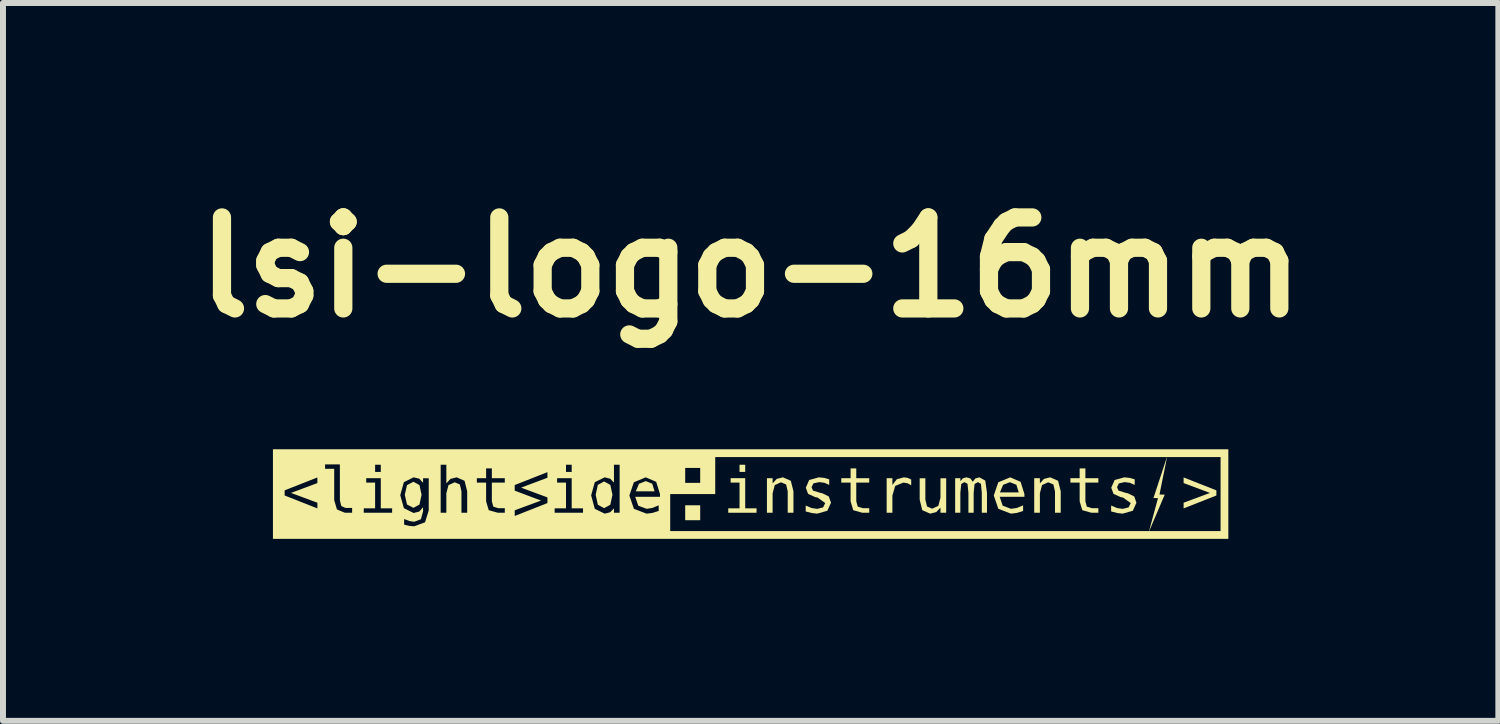
<source format=kicad_pcb>
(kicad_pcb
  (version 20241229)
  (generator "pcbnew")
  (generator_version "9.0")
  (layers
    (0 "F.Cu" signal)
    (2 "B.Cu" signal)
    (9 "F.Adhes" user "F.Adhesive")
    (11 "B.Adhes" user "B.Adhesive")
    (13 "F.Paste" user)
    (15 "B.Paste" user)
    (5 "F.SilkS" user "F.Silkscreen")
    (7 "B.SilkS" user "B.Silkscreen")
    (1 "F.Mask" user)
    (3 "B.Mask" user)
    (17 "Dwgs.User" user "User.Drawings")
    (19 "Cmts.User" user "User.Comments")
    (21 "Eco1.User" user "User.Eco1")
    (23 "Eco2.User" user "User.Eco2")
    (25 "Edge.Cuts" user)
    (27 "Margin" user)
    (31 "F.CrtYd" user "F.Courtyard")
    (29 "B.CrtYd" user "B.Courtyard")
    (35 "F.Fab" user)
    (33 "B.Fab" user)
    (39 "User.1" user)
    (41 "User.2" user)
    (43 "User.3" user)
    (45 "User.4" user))
  (footprint "lsi-logo-16mm"
    (layer "F.Cu")
    (at 9.521 5.772)
    (property "Reference" "lsi-logo-16mm" (at 0 -4.346 0) (layer "F.SilkS") (effects (font (size 1.524 1.524) (thickness 0.305))))
    (attr exclude_from_pos_files exclude_from_bom)
    (fp_poly (pts (xy -1.096 -0.36) (xy -1.096 -0.11) (xy -0.845 -0.11) (xy -0.845 -0.36) (xy -1.096 -0.36)) (stroke (width 0) (type solid)) (fill yes) (layer "F.SilkS"))
    (fp_poly (pts (xy -0.186 -1.039) (xy -0.186 -0.919) (xy -0.091 -0.919) (xy -0.091 -1.039) (xy -0.186 -1.039)) (stroke (width 0) (type solid)) (fill yes) (layer "F.SilkS"))
    (fp_poly (pts (xy -1.756 -0.765) (xy -1.87 -0.72) (xy -1.923 -0.594) (xy -1.609 -0.594) (xy -1.648 -0.721) (xy -1.756 -0.765) (xy -1.756 -0.765)) (stroke (width 0) (type solid)) (fill yes) (layer "F.SilkS"))
    (fp_poly (pts (xy 7.251 -0.826) (xy 7.251 -0.732) (xy 7.692 -0.567) (xy 7.251 -0.403) (xy 7.251 -0.308) (xy 7.8 -0.524) (xy 7.8 -0.61) (xy 7.251 -0.826)) (stroke (width 0) (type solid)) (fill yes) (layer "F.SilkS"))
    (fp_poly (pts (xy -5.648 -0.754) (xy -5.755 -0.698) (xy -5.792 -0.536) (xy -5.755 -0.373) (xy -5.647 -0.317) (xy -5.546 -0.373) (xy -5.511 -0.536) (xy -5.546 -0.698) (xy -5.648 -0.754)) (stroke (width 0) (type solid)) (fill yes) (layer "F.SilkS"))
    (fp_poly (pts (xy -2.455 -0.759) (xy -2.559 -0.702) (xy -2.595 -0.535) (xy -2.559 -0.369) (xy -2.455 -0.312) (xy -2.35 -0.369) (xy -2.314 -0.535) (xy -2.35 -0.702) (xy -2.455 -0.759)) (stroke (width 0) (type solid)) (fill yes) (layer "F.SilkS"))
    (fp_poly (pts (xy -0.335 -0.814) (xy -0.335 -0.74) (xy -0.186 -0.74) (xy -0.186 -0.309) (xy -0.375 -0.309) (xy -0.375 -0.235) (xy 0.099 -0.235) (xy 0.099 -0.309) (xy -0.091 -0.309) (xy -0.091 -0.814) (xy -0.335 -0.814)) (stroke (width 0) (type solid)) (fill yes) (layer "F.SilkS"))
    (fp_poly (pts (xy 2.565 -0.828) (xy 2.447 -0.795) (xy 2.374 -0.701) (xy 2.374 -0.814) (xy 2.278 -0.814) (xy 2.278 -0.235) (xy 2.374 -0.235) (xy 2.374 -0.523) (xy 2.421 -0.684) (xy 2.557 -0.74) (xy 2.627 -0.729) (xy 2.689 -0.695) (xy 2.689 -0.792) (xy 2.631 -0.819) (xy 2.565 -0.828)) (stroke (width 0) (type solid)) (fill yes) (layer "F.SilkS"))
    (fp_poly (pts (xy 0.541 -0.828) (xy 0.437 -0.802) (xy 0.368 -0.727) (xy 0.368 -0.814) (xy 0.273 -0.814) (xy 0.273 -0.235) (xy 0.368 -0.235) (xy 0.368 -0.562) (xy 0.404 -0.698) (xy 0.507 -0.745) (xy 0.594 -0.709) (xy 0.621 -0.594) (xy 0.621 -0.235) (xy 0.717 -0.235) (xy 0.717 -0.594) (xy 0.673 -0.77) (xy 0.541 -0.828)) (stroke (width 0) (type solid)) (fill yes) (layer "F.SilkS"))
    (fp_poly (pts (xy 2.831 -0.813) (xy 2.831 -0.454) (xy 2.874 -0.278) (xy 3.007 -0.22) (xy 3.109 -0.246) (xy 3.179 -0.322) (xy 3.179 -0.235) (xy 3.275 -0.235) (xy 3.275 -0.813) (xy 3.179 -0.813) (xy 3.179 -0.486) (xy 3.143 -0.35) (xy 3.04 -0.303) (xy 2.954 -0.34) (xy 2.926 -0.454) (xy 2.926 -0.813) (xy 2.831 -0.813)) (stroke (width 0) (type solid)) (fill yes) (layer "F.SilkS"))
    (fp_poly (pts (xy 5.017 -0.828) (xy 4.913 -0.802) (xy 4.844 -0.727) (xy 4.844 -0.814) (xy 4.749 -0.814) (xy 4.749 -0.235) (xy 4.844 -0.235) (xy 4.844 -0.562) (xy 4.88 -0.698) (xy 4.983 -0.745) (xy 5.07 -0.709) (xy 5.097 -0.594) (xy 5.097 -0.235) (xy 5.193 -0.235) (xy 5.193 -0.594) (xy 5.149 -0.77) (xy 5.017 -0.828)) (stroke (width 0) (type solid)) (fill yes) (layer "F.SilkS"))
    (fp_poly (pts (xy 1.674 -0.978) (xy 1.674 -0.814) (xy 1.518 -0.814) (xy 1.518 -0.74) (xy 1.674 -0.74) (xy 1.674 -0.426) (xy 1.718 -0.278) (xy 1.869 -0.235) (xy 1.986 -0.235) (xy 1.986 -0.311) (xy 1.879 -0.311) (xy 1.794 -0.337) (xy 1.769 -0.426) (xy 1.769 -0.74) (xy 1.986 -0.74) (xy 1.986 -0.814) (xy 1.769 -0.814) (xy 1.769 -0.978) (xy 1.674 -0.978)) (stroke (width 0) (type solid)) (fill yes) (layer "F.SilkS"))
    (fp_poly (pts (xy 5.51 -0.978) (xy 5.51 -0.814) (xy 5.355 -0.814) (xy 5.355 -0.74) (xy 5.51 -0.74) (xy 5.51 -0.426) (xy 5.554 -0.278) (xy 5.706 -0.235) (xy 5.823 -0.235) (xy 5.823 -0.311) (xy 5.715 -0.311) (xy 5.63 -0.337) (xy 5.606 -0.426) (xy 5.606 -0.74) (xy 5.823 -0.74) (xy 5.823 -0.814) (xy 5.606 -0.814) (xy 5.606 -0.978) (xy 5.51 -0.978)) (stroke (width 0) (type solid)) (fill yes) (layer "F.SilkS"))
    (fp_poly (pts (xy 4.346 -0.828) (xy 4.342 -0.747) (xy 4.45 -0.704) (xy 4.49 -0.576) (xy 4.175 -0.576) (xy 4.228 -0.702) (xy 4.342 -0.747) (xy 4.342 -0.747) (xy 4.346 -0.828) (xy 4.147 -0.745) (xy 4.072 -0.524) (xy 4.148 -0.301) (xy 4.36 -0.22) (xy 4.458 -0.232) (xy 4.563 -0.265) (xy 4.563 -0.359) (xy 4.457 -0.315) (xy 4.361 -0.301) (xy 4.221 -0.353) (xy 4.172 -0.499) (xy 4.172 -0.502) (xy 4.585 -0.502) (xy 4.585 -0.548) (xy 4.521 -0.753) (xy 4.346 -0.828) (xy 4.346 -0.828)) (stroke (width 0) (type solid)) (fill yes) (layer "F.SilkS"))
    (fp_poly (pts (xy 3.613 -0.828) (xy 3.555 -0.812) (xy 3.512 -0.764) (xy 3.512 -0.814) (xy 3.425 -0.814) (xy 3.425 -0.235) (xy 3.512 -0.235) (xy 3.512 -0.567) (xy 3.527 -0.716) (xy 3.579 -0.748) (xy 3.632 -0.72) (xy 3.647 -0.567) (xy 3.647 -0.235) (xy 3.735 -0.235) (xy 3.735 -0.567) (xy 3.75 -0.716) (xy 3.807 -0.748) (xy 3.857 -0.719) (xy 3.871 -0.567) (xy 3.871 -0.235) (xy 3.958 -0.235) (xy 3.958 -0.571) (xy 3.929 -0.774) (xy 3.83 -0.828) (xy 3.764 -0.81) (xy 3.72 -0.755) (xy 3.679 -0.81) (xy 3.613 -0.828)) (stroke (width 0) (type solid)) (fill yes) (layer "F.SilkS"))
    (fp_poly (pts (xy 1.142 -0.828) (xy 0.98 -0.783) (xy 0.924 -0.654) (xy 0.962 -0.551) (xy 1.082 -0.497) (xy 1.118 -0.49) (xy 1.122 -0.489) (xy 1.249 -0.397) (xy 1.214 -0.325) (xy 1.116 -0.3) (xy 1.024 -0.313) (xy 0.922 -0.355) (xy 0.922 -0.257) (xy 1.024 -0.23) (xy 1.114 -0.22) (xy 1.284 -0.268) (xy 1.346 -0.403) (xy 1.309 -0.508) (xy 1.201 -0.561) (xy 1.163 -0.569) (xy 1.044 -0.606) (xy 1.02 -0.664) (xy 1.052 -0.727) (xy 1.149 -0.748) (xy 1.234 -0.737) (xy 1.316 -0.701) (xy 1.316 -0.794) (xy 1.231 -0.819) (xy 1.142 -0.828) (xy 1.142 -0.828)) (stroke (width 0) (type solid)) (fill yes) (layer "F.SilkS"))
    (fp_poly (pts (xy 6.257 -0.828) (xy 6.096 -0.783) (xy 6.039 -0.654) (xy 6.077 -0.551) (xy 6.197 -0.497) (xy 6.233 -0.49) (xy 6.237 -0.489) (xy 6.365 -0.397) (xy 6.33 -0.325) (xy 6.232 -0.3) (xy 6.139 -0.313) (xy 6.037 -0.355) (xy 6.037 -0.257) (xy 6.139 -0.23) (xy 6.23 -0.22) (xy 6.4 -0.268) (xy 6.461 -0.403) (xy 6.424 -0.508) (xy 6.317 -0.561) (xy 6.278 -0.569) (xy 6.16 -0.606) (xy 6.136 -0.664) (xy 6.167 -0.727) (xy 6.264 -0.748) (xy 6.349 -0.737) (xy 6.432 -0.701) (xy 6.432 -0.794) (xy 6.347 -0.819) (xy 6.257 -0.828) (xy 6.257 -0.828)) (stroke (width 0) (type solid)) (fill yes) (layer "F.SilkS"))
    (fp_poly (pts (xy 6.964 -1.143) (xy 6.929 -1.038) (xy 6.823 -0.716) (xy 6.796 -0.633) (xy 6.747 -0.485) (xy 6.746 -0.482) (xy 6.784 -0.481) (xy 6.822 -0.479) (xy 6.706 -0.053) (xy 6.685 0.026) (xy 6.671 0.076) (xy 6.672 0.077) (xy 6.686 0.046) (xy 6.716 -0.025) (xy 6.748 -0.101) (xy 6.781 -0.177) (xy 6.826 -0.283) (xy 6.871 -0.389) (xy 6.903 -0.465) (xy 6.928 -0.521) (xy 6.935 -0.539) (xy 6.891 -0.539) (xy 6.847 -0.54) (xy 6.85 -0.553) (xy 6.862 -0.615) (xy 6.881 -0.71) (xy 6.899 -0.799) (xy 6.927 -0.934) (xy 6.954 -1.068) (xy 6.969 -1.142) (xy 6.974 -1.173) (xy 6.964 -1.142) (xy 6.964 -1.143)) (stroke (width 0.000106) (type solid)) (fill yes) (layer "F.SilkS"))
    (fp_poly (pts (xy -8 -1.298) (xy -0.593 -1.168) (xy 7.87 -1.168) (xy 7.87 0.072) (xy -1.347 0.072) (xy -1.347 -0.548) (xy -0.593 -0.548) (xy -0.593 -1.168) (xy -8 -1.298) (xy -7.127 -1.045) (xy -6.879 -1.045) (xy -6.879 -0.445) (xy -6.856 -0.348) (xy -6.786 -0.316) (xy -6.674 -0.316) (xy -6.674 -0.235) (xy -6.795 -0.235) (xy -6.928 -0.29) (xy -6.974 -0.445) (xy -6.974 -0.971) (xy -7.127 -0.971) (xy -7.127 -1.045) (xy -8 -1.298) (xy -6.289 -1.039) (xy -6.194 -1.039) (xy -6.194 -0.919) (xy -6.289 -0.919) (xy -6.289 -1.039) (xy -8 -1.298) (xy -5.191 -1.039) (xy -5.096 -1.039) (xy -5.096 -0.727) (xy -5.027 -0.802) (xy -4.923 -0.828) (xy -4.791 -0.77) (xy -4.747 -0.594) (xy -4.747 -0.235) (xy -4.843 -0.235) (xy -4.843 -0.594) (xy -4.87 -0.709) (xy -4.956 -0.745) (xy -5.06 -0.698) (xy -5.096 -0.562) (xy -5.096 -0.235) (xy -5.191 -0.235) (xy -5.191 -1.039) (xy -8 -1.298) (xy -3.092 -1.039) (xy -2.997 -1.039) (xy -2.997 -0.919) (xy -3.092 -0.919) (xy -3.092 -1.039) (xy -8 -1.298) (xy -2.289 -1.039) (xy -2.194 -1.039) (xy -2.194 -0.235) (xy -2.289 -0.235) (xy -2.289 -0.308) (xy -2.353 -0.243) (xy -2.444 -0.22) (xy -2.61 -0.301) (xy -2.671 -0.526) (xy -2.61 -0.747) (xy -2.444 -0.828) (xy -2.352 -0.805) (xy -2.289 -0.74) (xy -2.289 -1.039) (xy -8 -1.298) (xy -0.845 -0.985) (xy -0.845 -0.735) (xy -1.096 -0.735) (xy -1.096 -0.985) (xy -0.845 -0.985) (xy -8 -1.298) (xy -4.334 -0.978) (xy -4.334 -0.814) (xy -4.117 -0.814) (xy -4.117 -0.74) (xy -4.334 -0.74) (xy -4.334 -0.426) (xy -4.31 -0.337) (xy -4.225 -0.311) (xy -4.117 -0.311) (xy -4.117 -0.235) (xy -4.234 -0.235) (xy -4.386 -0.278) (xy -4.43 -0.426) (xy -4.43 -0.74) (xy -4.585 -0.74) (xy -4.585 -0.814) (xy -4.43 -0.814) (xy -4.43 -0.978) (xy -4.334 -0.978) (xy -8 -1.298) (xy -3.403 -0.915) (xy -3.403 -0.821) (xy -3.843 -0.656) (xy -3.795 -0.637) (xy -3.403 -0.492) (xy -3.403 -0.483) (xy -3.403 -0.397) (xy -3.951 -0.181) (xy -3.951 -0.276) (xy -3.51 -0.439) (xy -3.513 -0.44) (xy -3.951 -0.605) (xy -3.951 -0.613) (xy -3.951 -0.699) (xy -3.403 -0.915) (xy -8 -1.298) (xy -7.256 -0.826) (xy -7.256 -0.732) (xy -7.697 -0.567) (xy -7.256 -0.403) (xy -7.256 -0.308) (xy -7.804 -0.524) (xy -7.804 -0.61) (xy -7.256 -0.826) (xy -8 -1.298) (xy -8 0.202) (xy -5.634 -0.008) (xy -5.717 -0.015) (xy -5.803 -0.036) (xy -5.803 -0.13) (xy -5.711 -0.095) (xy -5.634 -0.084) (xy -5.522 -0.126) (xy -5.486 -0.259) (xy -5.486 -0.263) (xy -5.486 -0.327) (xy -5.549 -0.255) (xy -5.645 -0.231) (xy -5.807 -0.312) (xy -5.868 -0.529) (xy -5.807 -0.747) (xy -5.645 -0.828) (xy -5.55 -0.806) (xy -5.486 -0.737) (xy -5.486 -0.812) (xy -5.391 -0.812) (xy -5.391 -0.273) (xy -5.453 -0.075) (xy -5.634 -0.008) (xy -8 0.202) (xy -1.743 -0.22) (xy -1.955 -0.301) (xy -2.031 -0.524) (xy -1.956 -0.745) (xy -1.757 -0.828) (xy -1.582 -0.753) (xy -1.518 -0.548) (xy -1.518 -0.502) (xy -1.932 -0.502) (xy -1.932 -0.499) (xy -1.882 -0.353) (xy -1.742 -0.301) (xy -1.647 -0.315) (xy -1.54 -0.359) (xy -1.54 -0.265) (xy -1.646 -0.232) (xy -1.743 -0.22) (xy -8 0.202) (xy -6.004 -0.235) (xy -6.479 -0.235) (xy -6.479 -0.309) (xy -6.289 -0.309) (xy -6.289 -0.74) (xy -6.438 -0.74) (xy -6.438 -0.814) (xy -6.194 -0.814) (xy -6.194 -0.309) (xy -6.004 -0.309) (xy -6.004 -0.235) (xy -8 0.202) (xy -2.807 -0.235) (xy -3.282 -0.235) (xy -3.282 -0.309) (xy -3.092 -0.309) (xy -3.092 -0.74) (xy -3.241 -0.74) (xy -3.241 -0.814) (xy -2.997 -0.814) (xy -2.997 -0.309) (xy -2.807 -0.309) (xy -2.807 -0.235) (xy -8 0.202) (xy 8 0.202) (xy 8 -1.298) (xy -8 -1.298)) (stroke (width 0) (type solid)) (fill yes) (layer "F.SilkS")))
  (gr_rect
    (start -3 -3)
    (end 22.043 9.022)
    (stroke (width 0.1) (type default))
    (fill no)
    (layer "Edge.Cuts")))
</source>
